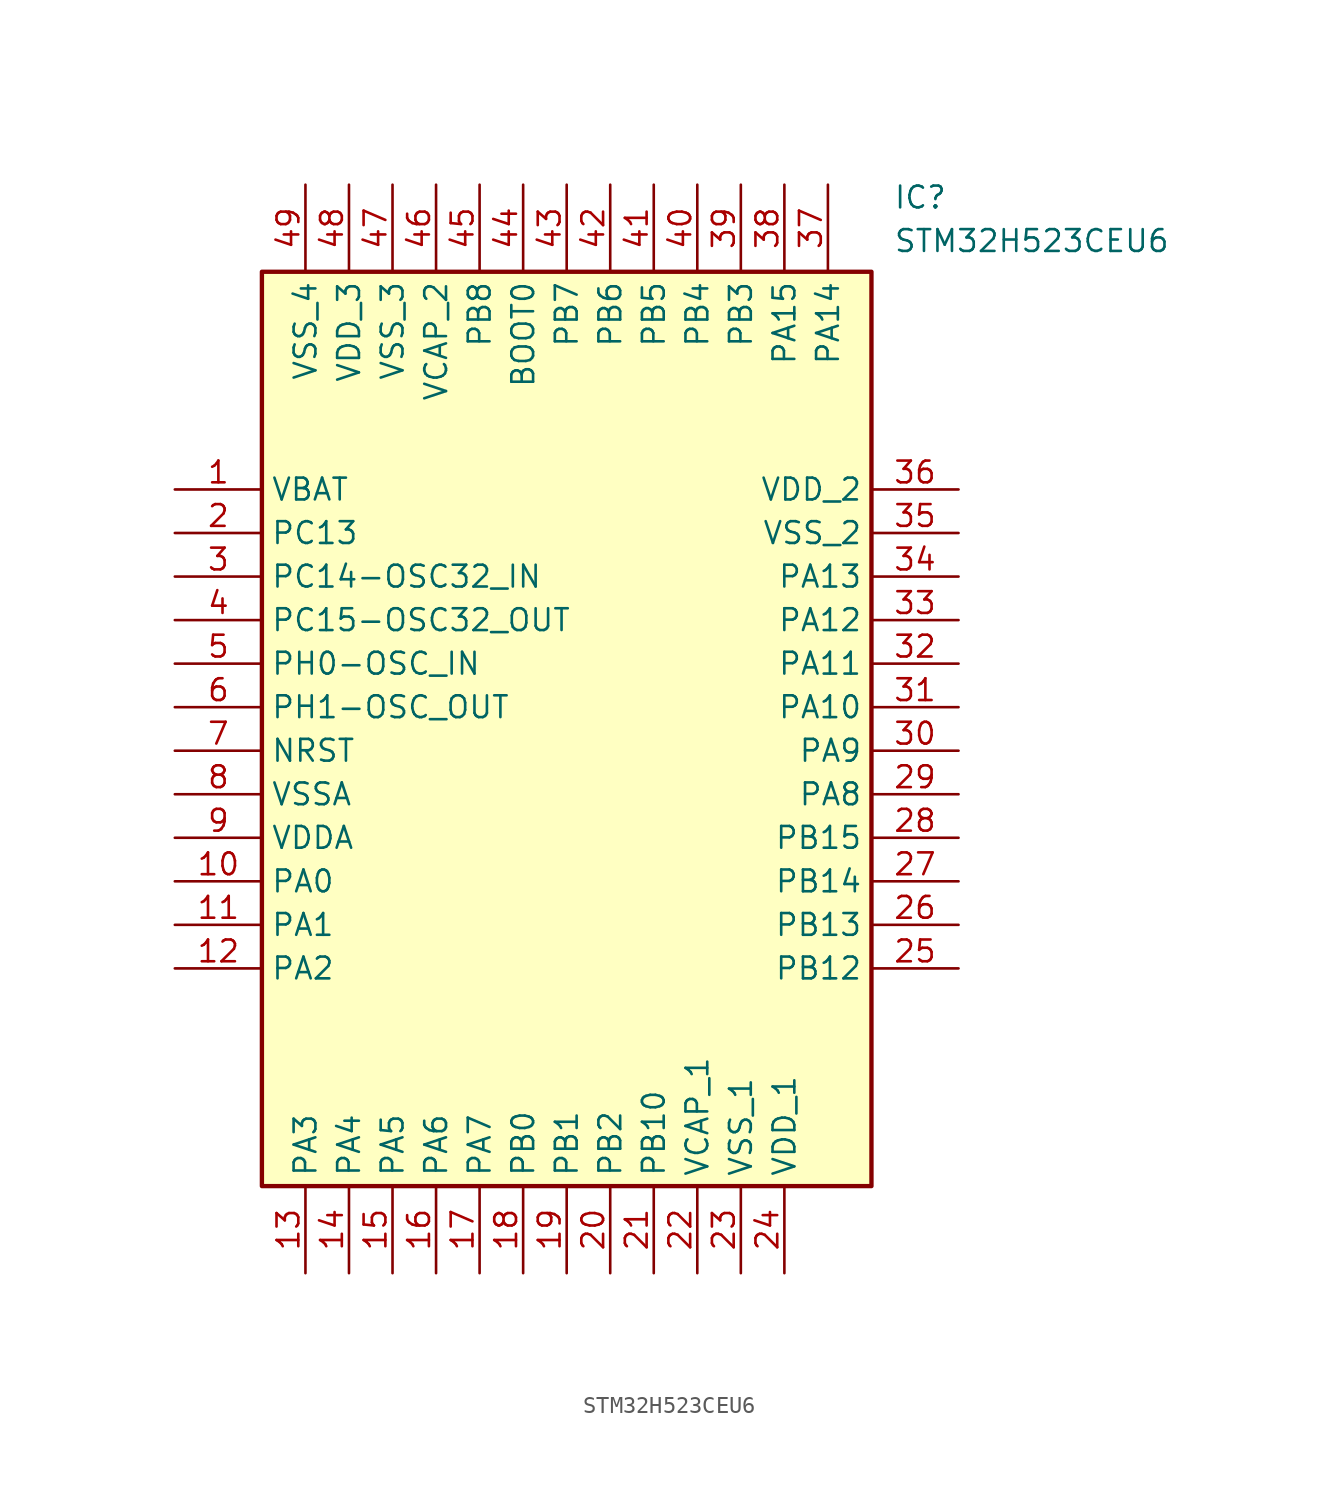
<source format=kicad_sym>
(kicad_symbol_lib
  (version 20211014)
  (generator SamacSys_ECAD_Model)
  (symbol "STM32H523CEU6"
    (property "Reference" "IC"
      (at 41.91 17.78 0)
      (effects (font (size 1.27 1.27)) (justify left top)))
    (property "Value" "STM32H523CEU6"
      (at 41.91 15.24 0)
      (effects (font (size 1.27 1.27)) (justify left top)))
    (rectangle
      (start 5.08 12.7)
      (end 40.64 -40.64)
      (stroke (width 0.254) (type default))
      (fill (type background)))
    (pin passive line
      (at 0 0 0)
      (length 5.08)
      (name "VBAT" (effects (font (size 1.27 1.27))))
      (number "1" (effects (font (size 1.27 1.27)))))
    (pin passive line
      (at 0 -2.54 0)
      (length 5.08)
      (name "PC13" (effects (font (size 1.27 1.27))))
      (number "2" (effects (font (size 1.27 1.27)))))
    (pin passive line
      (at 0 -5.08 0)
      (length 5.08)
      (name "PC14-OSC32_IN" (effects (font (size 1.27 1.27))))
      (number "3" (effects (font (size 1.27 1.27)))))
    (pin passive line
      (at 0 -7.62 0)
      (length 5.08)
      (name "PC15-OSC32_OUT" (effects (font (size 1.27 1.27))))
      (number "4" (effects (font (size 1.27 1.27)))))
    (pin passive line
      (at 0 -10.16 0)
      (length 5.08)
      (name "PH0-OSC_IN" (effects (font (size 1.27 1.27))))
      (number "5" (effects (font (size 1.27 1.27)))))
    (pin passive line
      (at 0 -12.7 0)
      (length 5.08)
      (name "PH1-OSC_OUT" (effects (font (size 1.27 1.27))))
      (number "6" (effects (font (size 1.27 1.27)))))
    (pin passive line
      (at 0 -15.24 0)
      (length 5.08)
      (name "NRST" (effects (font (size 1.27 1.27))))
      (number "7" (effects (font (size 1.27 1.27)))))
    (pin passive line
      (at 0 -17.78 0)
      (length 5.08)
      (name "VSSA" (effects (font (size 1.27 1.27))))
      (number "8" (effects (font (size 1.27 1.27)))))
    (pin passive line
      (at 0 -20.32 0)
      (length 5.08)
      (name "VDDA" (effects (font (size 1.27 1.27))))
      (number "9" (effects (font (size 1.27 1.27)))))
    (pin passive line
      (at 0 -22.86 0)
      (length 5.08)
      (name "PA0" (effects (font (size 1.27 1.27))))
      (number "10" (effects (font (size 1.27 1.27)))))
    (pin passive line
      (at 0 -25.4 0)
      (length 5.08)
      (name "PA1" (effects (font (size 1.27 1.27))))
      (number "11" (effects (font (size 1.27 1.27)))))
    (pin passive line
      (at 0 -27.94 0)
      (length 5.08)
      (name "PA2" (effects (font (size 1.27 1.27))))
      (number "12" (effects (font (size 1.27 1.27)))))
    (pin passive line
      (at 7.62 -45.72 90)
      (length 5.08)
      (name "PA3" (effects (font (size 1.27 1.27))))
      (number "13" (effects (font (size 1.27 1.27)))))
    (pin passive line
      (at 10.16 -45.72 90)
      (length 5.08)
      (name "PA4" (effects (font (size 1.27 1.27))))
      (number "14" (effects (font (size 1.27 1.27)))))
    (pin passive line
      (at 12.7 -45.72 90)
      (length 5.08)
      (name "PA5" (effects (font (size 1.27 1.27))))
      (number "15" (effects (font (size 1.27 1.27)))))
    (pin passive line
      (at 15.24 -45.72 90)
      (length 5.08)
      (name "PA6" (effects (font (size 1.27 1.27))))
      (number "16" (effects (font (size 1.27 1.27)))))
    (pin passive line
      (at 17.78 -45.72 90)
      (length 5.08)
      (name "PA7" (effects (font (size 1.27 1.27))))
      (number "17" (effects (font (size 1.27 1.27)))))
    (pin passive line
      (at 20.32 -45.72 90)
      (length 5.08)
      (name "PB0" (effects (font (size 1.27 1.27))))
      (number "18" (effects (font (size 1.27 1.27)))))
    (pin passive line
      (at 22.86 -45.72 90)
      (length 5.08)
      (name "PB1" (effects (font (size 1.27 1.27))))
      (number "19" (effects (font (size 1.27 1.27)))))
    (pin passive line
      (at 25.4 -45.72 90)
      (length 5.08)
      (name "PB2" (effects (font (size 1.27 1.27))))
      (number "20" (effects (font (size 1.27 1.27)))))
    (pin passive line
      (at 27.94 -45.72 90)
      (length 5.08)
      (name "PB10" (effects (font (size 1.27 1.27))))
      (number "21" (effects (font (size 1.27 1.27)))))
    (pin passive line
      (at 30.48 -45.72 90)
      (length 5.08)
      (name "VCAP_1" (effects (font (size 1.27 1.27))))
      (number "22" (effects (font (size 1.27 1.27)))))
    (pin passive line
      (at 33.02 -45.72 90)
      (length 5.08)
      (name "VSS_1" (effects (font (size 1.27 1.27))))
      (number "23" (effects (font (size 1.27 1.27)))))
    (pin passive line
      (at 35.56 -45.72 90)
      (length 5.08)
      (name "VDD_1" (effects (font (size 1.27 1.27))))
      (number "24" (effects (font (size 1.27 1.27)))))
    (pin passive line
      (at 45.72 0 180)
      (length 5.08)
      (name "VDD_2" (effects (font (size 1.27 1.27))))
      (number "36" (effects (font (size 1.27 1.27)))))
    (pin passive line
      (at 45.72 -2.54 180)
      (length 5.08)
      (name "VSS_2" (effects (font (size 1.27 1.27))))
      (number "35" (effects (font (size 1.27 1.27)))))
    (pin passive line
      (at 45.72 -5.08 180)
      (length 5.08)
      (name "PA13" (effects (font (size 1.27 1.27))))
      (number "34" (effects (font (size 1.27 1.27)))))
    (pin passive line
      (at 45.72 -7.62 180)
      (length 5.08)
      (name "PA12" (effects (font (size 1.27 1.27))))
      (number "33" (effects (font (size 1.27 1.27)))))
    (pin passive line
      (at 45.72 -10.16 180)
      (length 5.08)
      (name "PA11" (effects (font (size 1.27 1.27))))
      (number "32" (effects (font (size 1.27 1.27)))))
    (pin passive line
      (at 45.72 -12.7 180)
      (length 5.08)
      (name "PA10" (effects (font (size 1.27 1.27))))
      (number "31" (effects (font (size 1.27 1.27)))))
    (pin passive line
      (at 45.72 -15.24 180)
      (length 5.08)
      (name "PA9" (effects (font (size 1.27 1.27))))
      (number "30" (effects (font (size 1.27 1.27)))))
    (pin passive line
      (at 45.72 -17.78 180)
      (length 5.08)
      (name "PA8" (effects (font (size 1.27 1.27))))
      (number "29" (effects (font (size 1.27 1.27)))))
    (pin passive line
      (at 45.72 -20.32 180)
      (length 5.08)
      (name "PB15" (effects (font (size 1.27 1.27))))
      (number "28" (effects (font (size 1.27 1.27)))))
    (pin passive line
      (at 45.72 -22.86 180)
      (length 5.08)
      (name "PB14" (effects (font (size 1.27 1.27))))
      (number "27" (effects (font (size 1.27 1.27)))))
    (pin passive line
      (at 45.72 -25.4 180)
      (length 5.08)
      (name "PB13" (effects (font (size 1.27 1.27))))
      (number "26" (effects (font (size 1.27 1.27)))))
    (pin passive line
      (at 45.72 -27.94 180)
      (length 5.08)
      (name "PB12" (effects (font (size 1.27 1.27))))
      (number "25" (effects (font (size 1.27 1.27)))))
    (pin passive line
      (at 7.62 17.78 270)
      (length 5.08)
      (name "VSS_4" (effects (font (size 1.27 1.27))))
      (number "49" (effects (font (size 1.27 1.27)))))
    (pin passive line
      (at 10.16 17.78 270)
      (length 5.08)
      (name "VDD_3" (effects (font (size 1.27 1.27))))
      (number "48" (effects (font (size 1.27 1.27)))))
    (pin passive line
      (at 12.7 17.78 270)
      (length 5.08)
      (name "VSS_3" (effects (font (size 1.27 1.27))))
      (number "47" (effects (font (size 1.27 1.27)))))
    (pin passive line
      (at 15.24 17.78 270)
      (length 5.08)
      (name "VCAP_2" (effects (font (size 1.27 1.27))))
      (number "46" (effects (font (size 1.27 1.27)))))
    (pin passive line
      (at 17.78 17.78 270)
      (length 5.08)
      (name "PB8" (effects (font (size 1.27 1.27))))
      (number "45" (effects (font (size 1.27 1.27)))))
    (pin passive line
      (at 20.32 17.78 270)
      (length 5.08)
      (name "BOOT0" (effects (font (size 1.27 1.27))))
      (number "44" (effects (font (size 1.27 1.27)))))
    (pin passive line
      (at 22.86 17.78 270)
      (length 5.08)
      (name "PB7" (effects (font (size 1.27 1.27))))
      (number "43" (effects (font (size 1.27 1.27)))))
    (pin passive line
      (at 25.4 17.78 270)
      (length 5.08)
      (name "PB6" (effects (font (size 1.27 1.27))))
      (number "42" (effects (font (size 1.27 1.27)))))
    (pin passive line
      (at 27.94 17.78 270)
      (length 5.08)
      (name "PB5" (effects (font (size 1.27 1.27))))
      (number "41" (effects (font (size 1.27 1.27)))))
    (pin passive line
      (at 30.48 17.78 270)
      (length 5.08)
      (name "PB4" (effects (font (size 1.27 1.27))))
      (number "40" (effects (font (size 1.27 1.27)))))
    (pin passive line
      (at 33.02 17.78 270)
      (length 5.08)
      (name "PB3" (effects (font (size 1.27 1.27))))
      (number "39" (effects (font (size 1.27 1.27)))))
    (pin passive line
      (at 35.56 17.78 270)
      (length 5.08)
      (name "PA15" (effects (font (size 1.27 1.27))))
      (number "38" (effects (font (size 1.27 1.27)))))
    (pin passive line
      (at 38.1 17.78 270)
      (length 5.08)
      (name "PA14" (effects (font (size 1.27 1.27))))
      (number "37" (effects (font (size 1.27 1.27)))))))
</source>
